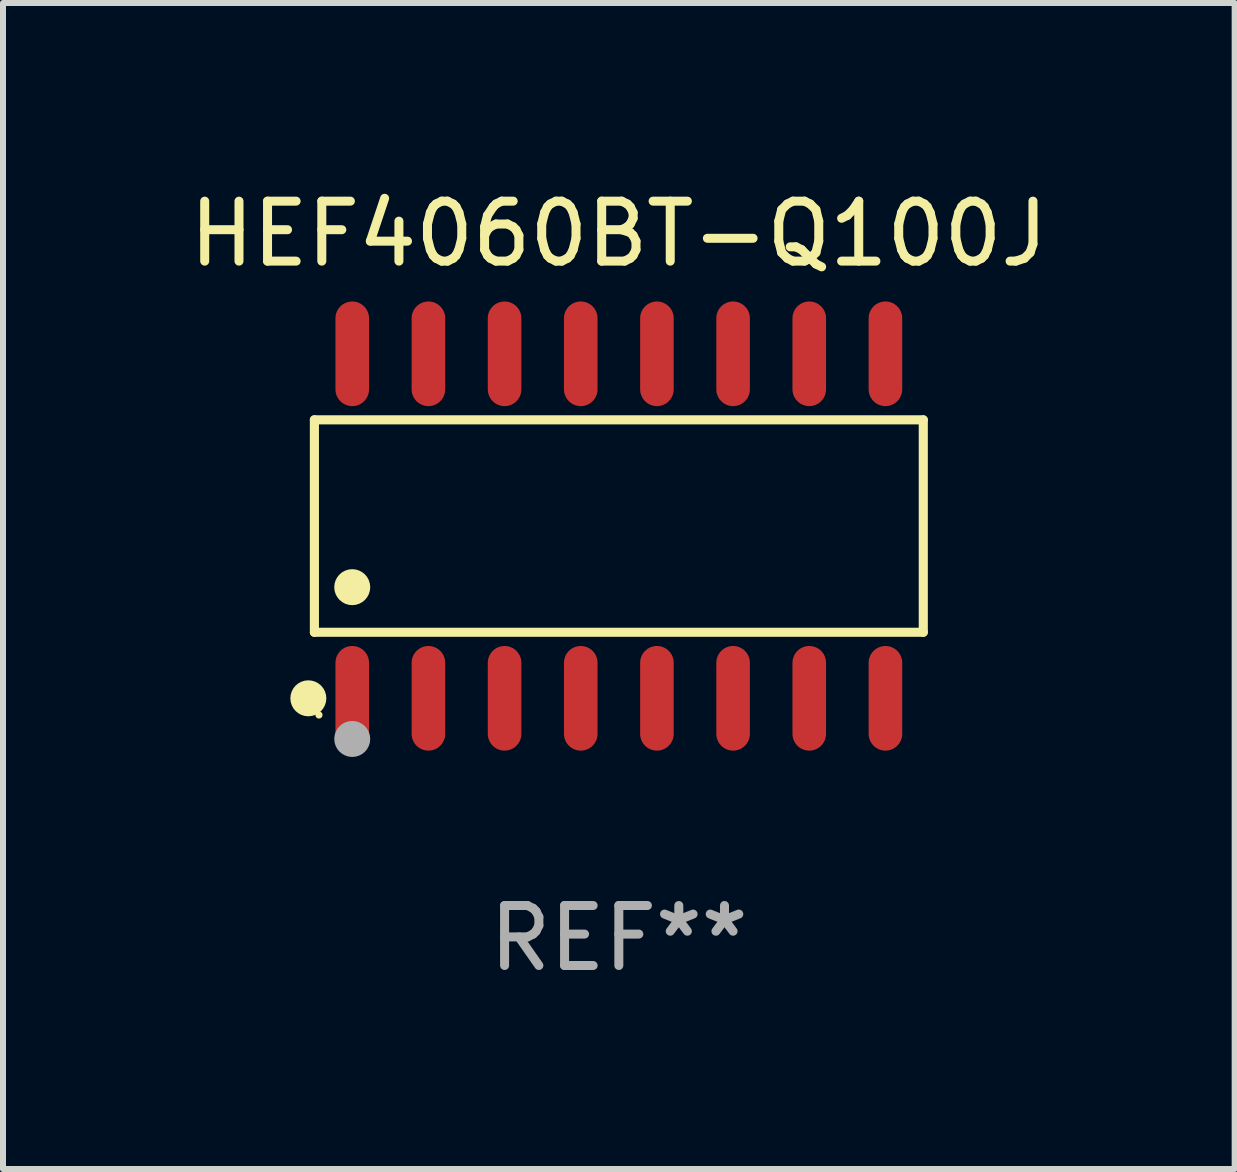
<source format=kicad_pcb>
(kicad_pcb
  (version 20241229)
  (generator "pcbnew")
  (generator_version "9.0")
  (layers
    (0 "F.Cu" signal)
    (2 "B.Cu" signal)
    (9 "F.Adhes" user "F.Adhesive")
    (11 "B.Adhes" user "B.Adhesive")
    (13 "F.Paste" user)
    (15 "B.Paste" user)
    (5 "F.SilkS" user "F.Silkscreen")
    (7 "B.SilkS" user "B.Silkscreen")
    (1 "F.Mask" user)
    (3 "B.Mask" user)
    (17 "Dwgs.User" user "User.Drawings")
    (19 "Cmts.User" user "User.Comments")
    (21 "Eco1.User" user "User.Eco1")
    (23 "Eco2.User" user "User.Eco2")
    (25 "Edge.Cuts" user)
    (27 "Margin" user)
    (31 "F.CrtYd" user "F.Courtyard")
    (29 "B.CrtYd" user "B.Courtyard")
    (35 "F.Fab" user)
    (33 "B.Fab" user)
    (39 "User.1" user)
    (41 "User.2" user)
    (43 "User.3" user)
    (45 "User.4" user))
  (footprint "HEF4060BT-Q100J"
    (layer "F.Cu")
    (at 7.268 5.721)
    (property "Reference" "HEF4060BT-Q100J" (at 0 -4.872 0) (layer "F.SilkS") (effects (font (size 1 1) (thickness 0.15))))
    (attr through_hole)
    (fp_line (start -5.076 -1.771) (end 5.076 -1.771) (stroke (width 0.152) (type solid)) (layer "F.SilkS"))
    (fp_line (start -5.076 1.771) (end -5.076 -1.771) (stroke (width 0.152) (type solid)) (layer "F.SilkS"))
    (fp_line (start 5.076 -1.771) (end 5.076 1.771) (stroke (width 0.152) (type solid)) (layer "F.SilkS"))
    (fp_line (start 5.076 1.771) (end -5.076 1.771) (stroke (width 0.152) (type solid)) (layer "F.SilkS"))
    (fp_circle (center -5.177 2.872) (end -5.027 2.872) (stroke (width 0.3) (type solid)) (fill no) (layer "F.SilkS"))
    (fp_circle (center -5 3.15) (end -4.97 3.15) (stroke (width 0.06) (type solid)) (fill no) (layer "F.SilkS"))
    (fp_circle (center -4.445 1.019) (end -4.295 1.019) (stroke (width 0.3) (type solid)) (fill no) (layer "F.SilkS"))
    (fp_circle (center -4.445 3.55) (end -4.295 3.55) (stroke (width 0.3) (type solid)) (fill no) (layer "F.Fab"))
    (fp_text user "REF**" (at 0 6.872 0) (layer "F.Fab") (effects (font (size 1 1) (thickness 0.15))))
    (pad "1" smd oval (at -4.445 2.872) (size 0.56 1.745) (layers "F.Cu" "F.Mask" "F.Paste"))
    (pad "2" smd oval (at -3.175 2.872) (size 0.56 1.745) (layers "F.Cu" "F.Mask" "F.Paste"))
    (pad "3" smd oval (at -1.905 2.872) (size 0.56 1.745) (layers "F.Cu" "F.Mask" "F.Paste"))
    (pad "4" smd oval (at -0.635 2.872) (size 0.56 1.745) (layers "F.Cu" "F.Mask" "F.Paste"))
    (pad "5" smd oval (at 0.635 2.872) (size 0.56 1.745) (layers "F.Cu" "F.Mask" "F.Paste"))
    (pad "6" smd oval (at 1.905 2.872) (size 0.56 1.745) (layers "F.Cu" "F.Mask" "F.Paste"))
    (pad "7" smd oval (at 3.175 2.872) (size 0.56 1.745) (layers "F.Cu" "F.Mask" "F.Paste"))
    (pad "8" smd oval (at 4.445 2.872) (size 0.56 1.745) (layers "F.Cu" "F.Mask" "F.Paste"))
    (pad "9" smd oval (at 4.445 -2.872) (size 0.56 1.745) (layers "F.Cu" "F.Mask" "F.Paste"))
    (pad "10" smd oval (at 3.175 -2.872) (size 0.56 1.745) (layers "F.Cu" "F.Mask" "F.Paste"))
    (pad "11" smd oval (at 1.905 -2.872) (size 0.56 1.745) (layers "F.Cu" "F.Mask" "F.Paste"))
    (pad "12" smd oval (at 0.635 -2.872) (size 0.56 1.745) (layers "F.Cu" "F.Mask" "F.Paste"))
    (pad "13" smd oval (at -0.635 -2.872) (size 0.56 1.745) (layers "F.Cu" "F.Mask" "F.Paste"))
    (pad "14" smd oval (at -1.905 -2.872) (size 0.56 1.745) (layers "F.Cu" "F.Mask" "F.Paste"))
    (pad "15" smd oval (at -3.175 -2.872) (size 0.56 1.745) (layers "F.Cu" "F.Mask" "F.Paste"))
    (pad "16" smd oval (at -4.445 -2.872) (size 0.56 1.745) (layers "F.Cu" "F.Mask" "F.Paste")))
  (gr_rect
    (start -3 -3)
    (end 17.536 16.441)
    (stroke (width 0.1) (type default))
    (fill no)
    (layer "Edge.Cuts")))
</source>
